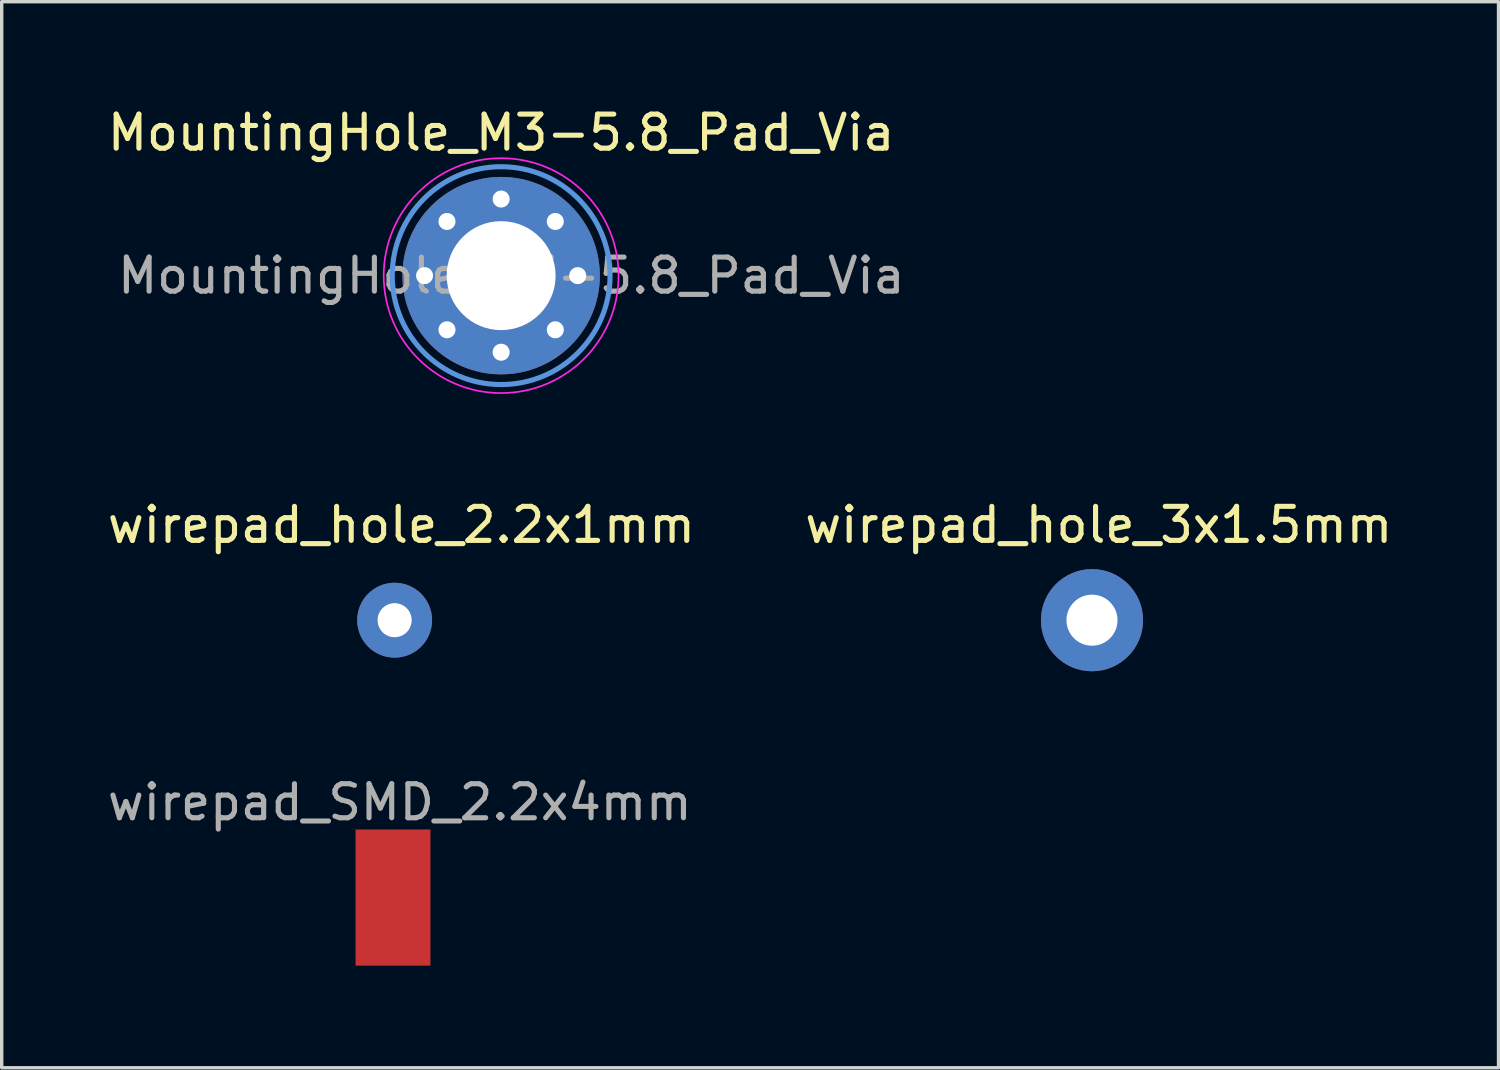
<source format=kicad_pcb>
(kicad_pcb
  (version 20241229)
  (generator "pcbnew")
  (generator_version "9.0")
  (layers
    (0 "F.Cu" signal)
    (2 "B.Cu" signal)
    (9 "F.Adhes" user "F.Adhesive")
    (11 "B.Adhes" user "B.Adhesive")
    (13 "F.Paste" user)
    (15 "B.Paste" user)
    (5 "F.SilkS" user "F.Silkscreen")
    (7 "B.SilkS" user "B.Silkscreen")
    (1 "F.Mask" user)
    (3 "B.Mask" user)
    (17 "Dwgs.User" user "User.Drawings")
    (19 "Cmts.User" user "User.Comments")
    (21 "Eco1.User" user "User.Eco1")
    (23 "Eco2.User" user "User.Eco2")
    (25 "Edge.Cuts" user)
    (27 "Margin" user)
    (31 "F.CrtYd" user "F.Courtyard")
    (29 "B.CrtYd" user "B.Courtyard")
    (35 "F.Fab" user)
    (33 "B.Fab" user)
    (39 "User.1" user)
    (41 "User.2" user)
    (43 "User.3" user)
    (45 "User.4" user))
  (footprint "wirepad_hole_2.2x1mm"
    (layer "F.Cu")
    (at 8.544 15.171)
    (property "Reference" "wirepad_hole_2.2x1mm" (at 0.2 -2.8 0) (layer "F.SilkS") (effects (font (size 1 1) (thickness 0.15))))
    (attr through_hole)
    (pad "1" thru_hole circle (at 0 0) (size 2.2 2.2) (drill 1) (layers "*.Cu" "*.Mask")))
  (footprint "wirepad_SMD_2.2x4mm"
    (layer "F.Cu")
    (at 8.496 23.32)
    (property "Reference" "wirepad_SMD_2.2x4mm" (at 0.2 -2.8 0) (layer "F.Fab") (effects (font (size 1 1) (thickness 0.15))))
    (attr through_hole)
    (pad "1" smd rect (at 0 0) (size 2.2 4) (layers "F.Cu" "F.Mask" "F.Paste")))
  (footprint "wirepad_hole_3x1.5mm"
    (layer "F.Cu")
    (at 29.032 15.171)
    (property "Reference" "wirepad_hole_3x1.5mm" (at 0.2 -2.8 0) (layer "F.SilkS") (effects (font (size 1 1) (thickness 0.15))))
    (attr through_hole)
    (pad "1" thru_hole circle (at 0 0) (size 3 3) (drill 1.5) (layers "*.Cu" "*.Mask")))
  (footprint "MountingHole_M3-5.8_Pad_Via"
    (layer "F.Cu")
    (at 11.673 5.048)
    (property "Reference" "MountingHole_M3-5.8_Pad_Via" (at 0 -4.2 0) (layer "F.SilkS") (effects (font (size 1 1) (thickness 0.15))))
    (attr exclude_from_pos_files exclude_from_bom)
    (fp_circle (center 0 0) (end 3.2 0) (stroke (width 0.15) (type solid)) (fill no) (layer "Cmts.User"))
    (fp_circle (center 0 0) (end 3.45 0) (stroke (width 0.05) (type solid)) (fill no) (layer "F.CrtYd"))
    (fp_text user "${REFERENCE}" (at 0.3 0 0) (layer "F.Fab") (effects (font (size 1 1) (thickness 0.15))))
    (pad "1" thru_hole circle (at -2.25 0 90) (size 0.8 0.8) (drill 0.5) (layers "*.Cu" "*.Mask"))
    (pad "1" thru_hole circle (at -1.591 -1.591 45) (size 0.8 0.8) (drill 0.5) (layers "*.Cu" "*.Mask"))
    (pad "1" thru_hole circle (at -1.591 1.591 135) (size 0.8 0.8) (drill 0.5) (layers "*.Cu" "*.Mask"))
    (pad "1" thru_hole circle (at 0 -2.25) (size 0.8 0.8) (drill 0.5) (layers "*.Cu" "*.Mask"))
    (pad "1" thru_hole circle (at 0 0) (size 5.8 5.8) (drill 3.2) (layers "*.Cu" "*.Mask"))
    (pad "1" thru_hole circle (at 0 2.25 180) (size 0.8 0.8) (drill 0.5) (layers "*.Cu" "*.Mask"))
    (pad "1" thru_hole circle (at 1.591 -1.591 315) (size 0.8 0.8) (drill 0.5) (layers "*.Cu" "*.Mask"))
    (pad "1" thru_hole circle (at 1.591 1.591 225) (size 0.8 0.8) (drill 0.5) (layers "*.Cu" "*.Mask"))
    (pad "1" thru_hole circle (at 2.25 0 270) (size 0.8 0.8) (drill 0.5) (layers "*.Cu" "*.Mask")))
  (gr_rect
    (start -3 -3)
    (end 40.976 28.32)
    (stroke (width 0.1) (type default))
    (fill no)
    (layer "Edge.Cuts")))
</source>
